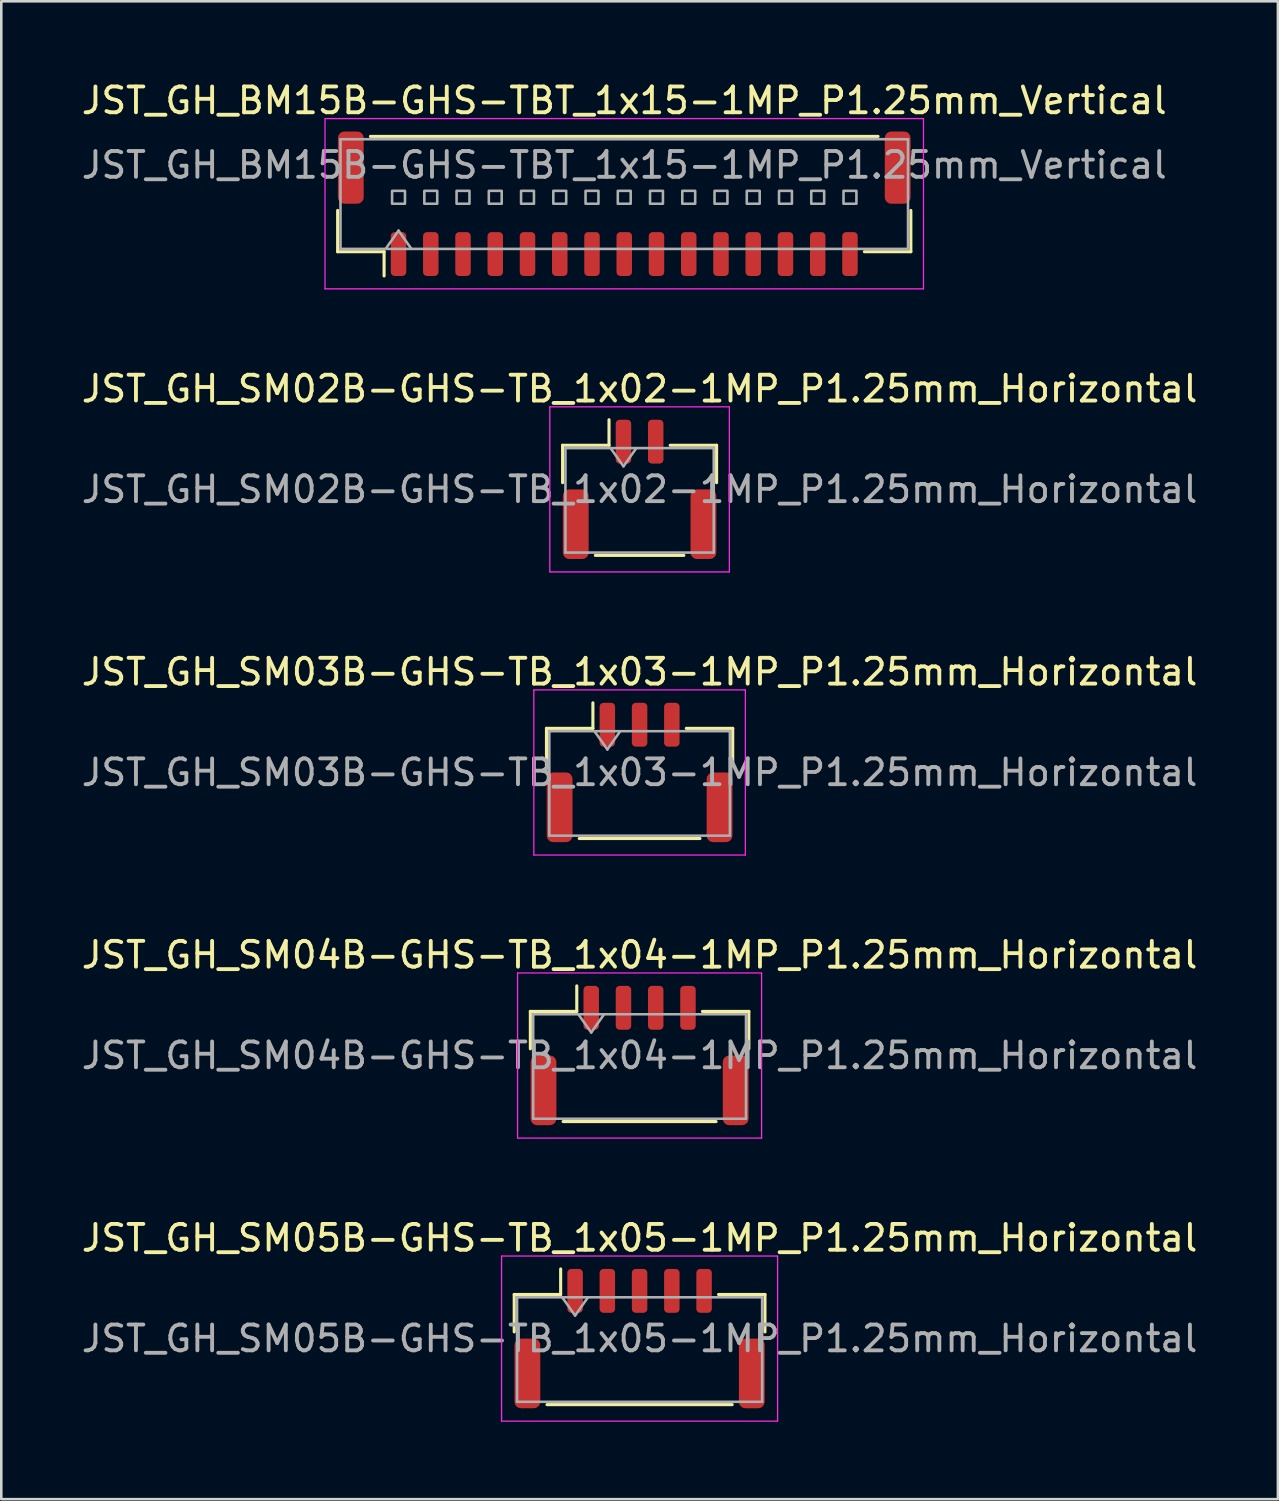
<source format=kicad_pcb>
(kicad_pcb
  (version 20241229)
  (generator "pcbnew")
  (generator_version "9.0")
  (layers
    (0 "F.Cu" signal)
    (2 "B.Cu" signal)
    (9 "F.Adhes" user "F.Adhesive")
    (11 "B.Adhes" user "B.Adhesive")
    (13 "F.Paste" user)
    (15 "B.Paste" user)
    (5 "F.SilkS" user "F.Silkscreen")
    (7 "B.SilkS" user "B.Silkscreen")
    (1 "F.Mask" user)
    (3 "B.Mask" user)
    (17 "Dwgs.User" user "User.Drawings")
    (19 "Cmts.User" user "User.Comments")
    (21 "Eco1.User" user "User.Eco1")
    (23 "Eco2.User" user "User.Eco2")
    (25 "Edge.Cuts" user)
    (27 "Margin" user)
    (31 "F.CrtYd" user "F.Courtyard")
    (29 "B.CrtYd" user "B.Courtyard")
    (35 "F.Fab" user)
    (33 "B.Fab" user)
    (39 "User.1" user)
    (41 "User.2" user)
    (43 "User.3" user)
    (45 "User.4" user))
  (footprint "JST_GH_BM15B-GHS-TBT_1x15-1MP_P1.25mm_Vertical"
    (layer "F.Cu")
    (at 21.149 4.848)
    (property "Reference" "JST_GH_BM15B-GHS-TBT_1x15-1MP_P1.25mm_Vertical" (at 0 -4 0) (layer "F.SilkS") (effects (font (size 1 1) (thickness 0.15))))
    (attr smd)
    (fp_line (start -11.11 0.26) (end -11.11 1.86) (stroke (width 0.12) (type solid)) (layer "F.SilkS"))
    (fp_line (start -11.11 1.86) (end -9.31 1.86) (stroke (width 0.12) (type solid)) (layer "F.SilkS"))
    (fp_line (start -9.84 -2.61) (end 9.84 -2.61) (stroke (width 0.12) (type solid)) (layer "F.SilkS"))
    (fp_line (start -9.31 1.86) (end -9.31 2.8) (stroke (width 0.12) (type solid)) (layer "F.SilkS"))
    (fp_line (start 11.11 0.26) (end 11.11 1.86) (stroke (width 0.12) (type solid)) (layer "F.SilkS"))
    (fp_line (start 11.11 1.86) (end 9.31 1.86) (stroke (width 0.12) (type solid)) (layer "F.SilkS"))
    (fp_line (start -11.6 -3.3) (end -11.6 3.3) (stroke (width 0.05) (type solid)) (layer "F.CrtYd"))
    (fp_line (start -11.6 3.3) (end 11.6 3.3) (stroke (width 0.05) (type solid)) (layer "F.CrtYd"))
    (fp_line (start 11.6 -3.3) (end -11.6 -3.3) (stroke (width 0.05) (type solid)) (layer "F.CrtYd"))
    (fp_line (start 11.6 3.3) (end 11.6 -3.3) (stroke (width 0.05) (type solid)) (layer "F.CrtYd"))
    (fp_line (start -11 -2.5) (end 11 -2.5) (stroke (width 0.1) (type solid)) (layer "F.Fab"))
    (fp_line (start -11 1.75) (end -11 -2.5) (stroke (width 0.1) (type solid)) (layer "F.Fab"))
    (fp_line (start -11 1.75) (end 11 1.75) (stroke (width 0.1) (type solid)) (layer "F.Fab"))
    (fp_line (start -9.25 1.75) (end -8.75 1.043) (stroke (width 0.1) (type solid)) (layer "F.Fab"))
    (fp_line (start -8.75 1.043) (end -8.25 1.75) (stroke (width 0.1) (type solid)) (layer "F.Fab"))
    (fp_line (start 11 1.75) (end 11 -2.5) (stroke (width 0.1) (type solid)) (layer "F.Fab"))
    (fp_rect (start -9 -0.5) (end -8.5 0) (stroke (width 0.1) (type solid)) (fill no) (layer "F.Fab"))
    (fp_rect (start -7.75 -0.5) (end -7.25 0) (stroke (width 0.1) (type solid)) (fill no) (layer "F.Fab"))
    (fp_rect (start -6.5 -0.5) (end -6 0) (stroke (width 0.1) (type solid)) (fill no) (layer "F.Fab"))
    (fp_rect (start -5.25 -0.5) (end -4.75 0) (stroke (width 0.1) (type solid)) (fill no) (layer "F.Fab"))
    (fp_rect (start -4 -0.5) (end -3.5 0) (stroke (width 0.1) (type solid)) (fill no) (layer "F.Fab"))
    (fp_rect (start -2.75 -0.5) (end -2.25 0) (stroke (width 0.1) (type solid)) (fill no) (layer "F.Fab"))
    (fp_rect (start -1.5 -0.5) (end -1 0) (stroke (width 0.1) (type solid)) (fill no) (layer "F.Fab"))
    (fp_rect (start -0.25 -0.5) (end 0.25 0) (stroke (width 0.1) (type solid)) (fill no) (layer "F.Fab"))
    (fp_rect (start 1 -0.5) (end 1.5 0) (stroke (width 0.1) (type solid)) (fill no) (layer "F.Fab"))
    (fp_rect (start 2.25 -0.5) (end 2.75 0) (stroke (width 0.1) (type solid)) (fill no) (layer "F.Fab"))
    (fp_rect (start 3.5 -0.5) (end 4 0) (stroke (width 0.1) (type solid)) (fill no) (layer "F.Fab"))
    (fp_rect (start 4.75 -0.5) (end 5.25 0) (stroke (width 0.1) (type solid)) (fill no) (layer "F.Fab"))
    (fp_rect (start 6 -0.5) (end 6.5 0) (stroke (width 0.1) (type solid)) (fill no) (layer "F.Fab"))
    (fp_rect (start 7.25 -0.5) (end 7.75 0) (stroke (width 0.1) (type solid)) (fill no) (layer "F.Fab"))
    (fp_rect (start 8.5 -0.5) (end 9 0) (stroke (width 0.1) (type solid)) (fill no) (layer "F.Fab"))
    (fp_text user "${REFERENCE}" (at 0 -1.5 0) (layer "F.Fab") (effects (font (size 1 1) (thickness 0.15))))
    (pad "1" smd roundrect (at -8.75 1.95) (size 0.6 1.7) (layers "F.Cu" "F.Mask" "F.Paste") (roundrect_rratio 0.25))
    (pad "2" smd roundrect (at -7.5 1.95) (size 0.6 1.7) (layers "F.Cu" "F.Mask" "F.Paste") (roundrect_rratio 0.25))
    (pad "3" smd roundrect (at -6.25 1.95) (size 0.6 1.7) (layers "F.Cu" "F.Mask" "F.Paste") (roundrect_rratio 0.25))
    (pad "4" smd roundrect (at -5 1.95) (size 0.6 1.7) (layers "F.Cu" "F.Mask" "F.Paste") (roundrect_rratio 0.25))
    (pad "5" smd roundrect (at -3.75 1.95) (size 0.6 1.7) (layers "F.Cu" "F.Mask" "F.Paste") (roundrect_rratio 0.25))
    (pad "6" smd roundrect (at -2.5 1.95) (size 0.6 1.7) (layers "F.Cu" "F.Mask" "F.Paste") (roundrect_rratio 0.25))
    (pad "7" smd roundrect (at -1.25 1.95) (size 0.6 1.7) (layers "F.Cu" "F.Mask" "F.Paste") (roundrect_rratio 0.25))
    (pad "8" smd roundrect (at 0 1.95) (size 0.6 1.7) (layers "F.Cu" "F.Mask" "F.Paste") (roundrect_rratio 0.25))
    (pad "9" smd roundrect (at 1.25 1.95) (size 0.6 1.7) (layers "F.Cu" "F.Mask" "F.Paste") (roundrect_rratio 0.25))
    (pad "10" smd roundrect (at 2.5 1.95) (size 0.6 1.7) (layers "F.Cu" "F.Mask" "F.Paste") (roundrect_rratio 0.25))
    (pad "11" smd roundrect (at 3.75 1.95) (size 0.6 1.7) (layers "F.Cu" "F.Mask" "F.Paste") (roundrect_rratio 0.25))
    (pad "12" smd roundrect (at 5 1.95) (size 0.6 1.7) (layers "F.Cu" "F.Mask" "F.Paste") (roundrect_rratio 0.25))
    (pad "13" smd roundrect (at 6.25 1.95) (size 0.6 1.7) (layers "F.Cu" "F.Mask" "F.Paste") (roundrect_rratio 0.25))
    (pad "14" smd roundrect (at 7.5 1.95) (size 0.6 1.7) (layers "F.Cu" "F.Mask" "F.Paste") (roundrect_rratio 0.25))
    (pad "15" smd roundrect (at 8.75 1.95) (size 0.6 1.7) (layers "F.Cu" "F.Mask" "F.Paste") (roundrect_rratio 0.25))
    (pad "MP" smd roundrect (at -10.6 -1.4) (size 1 2.8) (layers "F.Cu" "F.Mask" "F.Paste") (roundrect_rratio 0.25))
    (pad "MP" smd roundrect (at 10.6 -1.4) (size 1 2.8) (layers "F.Cu" "F.Mask" "F.Paste") (roundrect_rratio 0.25)))
  (footprint "JST_GH_SM03B-GHS-TB_1x03-1MP_P1.25mm_Horizontal"
    (layer "F.Cu")
    (at 21.744 26.895)
    (property "Reference" "JST_GH_SM03B-GHS-TB_1x03-1MP_P1.25mm_Horizontal" (at 0 -3.9 0) (layer "F.SilkS") (effects (font (size 1 1) (thickness 0.15))))
    (attr smd)
    (fp_line (start -3.61 -1.71) (end -1.81 -1.71) (stroke (width 0.12) (type solid)) (layer "F.SilkS"))
    (fp_line (start -3.61 -0.26) (end -3.61 -1.71) (stroke (width 0.12) (type solid)) (layer "F.SilkS"))
    (fp_line (start -2.34 2.56) (end 2.34 2.56) (stroke (width 0.12) (type solid)) (layer "F.SilkS"))
    (fp_line (start -1.81 -1.71) (end -1.81 -2.7) (stroke (width 0.12) (type solid)) (layer "F.SilkS"))
    (fp_line (start 3.61 -1.71) (end 1.81 -1.71) (stroke (width 0.12) (type solid)) (layer "F.SilkS"))
    (fp_line (start 3.61 -0.26) (end 3.61 -1.71) (stroke (width 0.12) (type solid)) (layer "F.SilkS"))
    (fp_line (start -4.1 -3.2) (end -4.1 3.2) (stroke (width 0.05) (type solid)) (layer "F.CrtYd"))
    (fp_line (start -4.1 3.2) (end 4.1 3.2) (stroke (width 0.05) (type solid)) (layer "F.CrtYd"))
    (fp_line (start 4.1 -3.2) (end -4.1 -3.2) (stroke (width 0.05) (type solid)) (layer "F.CrtYd"))
    (fp_line (start 4.1 3.2) (end 4.1 -3.2) (stroke (width 0.05) (type solid)) (layer "F.CrtYd"))
    (fp_line (start -3.5 -1.6) (end -3.5 2.45) (stroke (width 0.1) (type solid)) (layer "F.Fab"))
    (fp_line (start -3.5 -1.6) (end 3.5 -1.6) (stroke (width 0.1) (type solid)) (layer "F.Fab"))
    (fp_line (start -3.5 2.45) (end 3.5 2.45) (stroke (width 0.1) (type solid)) (layer "F.Fab"))
    (fp_line (start -1.75 -1.6) (end -1.25 -0.893) (stroke (width 0.1) (type solid)) (layer "F.Fab"))
    (fp_line (start -1.25 -0.893) (end -0.75 -1.6) (stroke (width 0.1) (type solid)) (layer "F.Fab"))
    (fp_line (start 3.5 -1.6) (end 3.5 2.45) (stroke (width 0.1) (type solid)) (layer "F.Fab"))
    (fp_text user "${REFERENCE}" (at 0 0 0) (layer "F.Fab") (effects (font (size 1 1) (thickness 0.15))))
    (pad "1" smd roundrect (at -1.25 -1.85) (size 0.6 1.7) (layers "F.Cu" "F.Mask" "F.Paste") (roundrect_rratio 0.25))
    (pad "2" smd roundrect (at 0 -1.85) (size 0.6 1.7) (layers "F.Cu" "F.Mask" "F.Paste") (roundrect_rratio 0.25))
    (pad "3" smd roundrect (at 1.25 -1.85) (size 0.6 1.7) (layers "F.Cu" "F.Mask" "F.Paste") (roundrect_rratio 0.25))
    (pad "MP" smd roundrect (at -3.1 1.35) (size 1 2.7) (layers "F.Cu" "F.Mask" "F.Paste") (roundrect_rratio 0.25))
    (pad "MP" smd roundrect (at 3.1 1.35) (size 1 2.7) (layers "F.Cu" "F.Mask" "F.Paste") (roundrect_rratio 0.25)))
  (footprint "JST_GH_SM04B-GHS-TB_1x04-1MP_P1.25mm_Horizontal"
    (layer "F.Cu")
    (at 21.744 37.868)
    (property "Reference" "JST_GH_SM04B-GHS-TB_1x04-1MP_P1.25mm_Horizontal" (at 0 -3.9 0) (layer "F.SilkS") (effects (font (size 1 1) (thickness 0.15))))
    (attr smd)
    (fp_line (start -4.235 -1.71) (end -2.435 -1.71) (stroke (width 0.12) (type solid)) (layer "F.SilkS"))
    (fp_line (start -4.235 -0.26) (end -4.235 -1.71) (stroke (width 0.12) (type solid)) (layer "F.SilkS"))
    (fp_line (start -2.965 2.56) (end 2.965 2.56) (stroke (width 0.12) (type solid)) (layer "F.SilkS"))
    (fp_line (start -2.435 -1.71) (end -2.435 -2.7) (stroke (width 0.12) (type solid)) (layer "F.SilkS"))
    (fp_line (start 4.235 -1.71) (end 2.435 -1.71) (stroke (width 0.12) (type solid)) (layer "F.SilkS"))
    (fp_line (start 4.235 -0.26) (end 4.235 -1.71) (stroke (width 0.12) (type solid)) (layer "F.SilkS"))
    (fp_line (start -4.73 -3.2) (end -4.73 3.2) (stroke (width 0.05) (type solid)) (layer "F.CrtYd"))
    (fp_line (start -4.73 3.2) (end 4.73 3.2) (stroke (width 0.05) (type solid)) (layer "F.CrtYd"))
    (fp_line (start 4.73 -3.2) (end -4.73 -3.2) (stroke (width 0.05) (type solid)) (layer "F.CrtYd"))
    (fp_line (start 4.73 3.2) (end 4.73 -3.2) (stroke (width 0.05) (type solid)) (layer "F.CrtYd"))
    (fp_line (start -4.125 -1.6) (end -4.125 2.45) (stroke (width 0.1) (type solid)) (layer "F.Fab"))
    (fp_line (start -4.125 -1.6) (end 4.125 -1.6) (stroke (width 0.1) (type solid)) (layer "F.Fab"))
    (fp_line (start -4.125 2.45) (end 4.125 2.45) (stroke (width 0.1) (type solid)) (layer "F.Fab"))
    (fp_line (start -2.375 -1.6) (end -1.875 -0.893) (stroke (width 0.1) (type solid)) (layer "F.Fab"))
    (fp_line (start -1.875 -0.893) (end -1.375 -1.6) (stroke (width 0.1) (type solid)) (layer "F.Fab"))
    (fp_line (start 4.125 -1.6) (end 4.125 2.45) (stroke (width 0.1) (type solid)) (layer "F.Fab"))
    (fp_text user "${REFERENCE}" (at 0 0 0) (layer "F.Fab") (effects (font (size 1 1) (thickness 0.15))))
    (pad "1" smd roundrect (at -1.875 -1.85) (size 0.6 1.7) (layers "F.Cu" "F.Mask" "F.Paste") (roundrect_rratio 0.25))
    (pad "2" smd roundrect (at -0.625 -1.85) (size 0.6 1.7) (layers "F.Cu" "F.Mask" "F.Paste") (roundrect_rratio 0.25))
    (pad "3" smd roundrect (at 0.625 -1.85) (size 0.6 1.7) (layers "F.Cu" "F.Mask" "F.Paste") (roundrect_rratio 0.25))
    (pad "4" smd roundrect (at 1.875 -1.85) (size 0.6 1.7) (layers "F.Cu" "F.Mask" "F.Paste") (roundrect_rratio 0.25))
    (pad "MP" smd roundrect (at -3.725 1.35) (size 1 2.7) (layers "F.Cu" "F.Mask" "F.Paste") (roundrect_rratio 0.25))
    (pad "MP" smd roundrect (at 3.725 1.35) (size 1 2.7) (layers "F.Cu" "F.Mask" "F.Paste") (roundrect_rratio 0.25)))
  (footprint "JST_GH_SM02B-GHS-TB_1x02-1MP_P1.25mm_Horizontal"
    (layer "F.Cu")
    (at 21.744 15.921)
    (property "Reference" "JST_GH_SM02B-GHS-TB_1x02-1MP_P1.25mm_Horizontal" (at 0 -3.9 0) (layer "F.SilkS") (effects (font (size 1 1) (thickness 0.15))))
    (attr smd)
    (fp_line (start -2.985 -1.71) (end -1.185 -1.71) (stroke (width 0.12) (type solid)) (layer "F.SilkS"))
    (fp_line (start -2.985 -0.26) (end -2.985 -1.71) (stroke (width 0.12) (type solid)) (layer "F.SilkS"))
    (fp_line (start -1.715 2.56) (end 1.715 2.56) (stroke (width 0.12) (type solid)) (layer "F.SilkS"))
    (fp_line (start -1.185 -1.71) (end -1.185 -2.7) (stroke (width 0.12) (type solid)) (layer "F.SilkS"))
    (fp_line (start 2.985 -1.71) (end 1.185 -1.71) (stroke (width 0.12) (type solid)) (layer "F.SilkS"))
    (fp_line (start 2.985 -0.26) (end 2.985 -1.71) (stroke (width 0.12) (type solid)) (layer "F.SilkS"))
    (fp_line (start -3.48 -3.2) (end -3.48 3.2) (stroke (width 0.05) (type solid)) (layer "F.CrtYd"))
    (fp_line (start -3.48 3.2) (end 3.48 3.2) (stroke (width 0.05) (type solid)) (layer "F.CrtYd"))
    (fp_line (start 3.48 -3.2) (end -3.48 -3.2) (stroke (width 0.05) (type solid)) (layer "F.CrtYd"))
    (fp_line (start 3.48 3.2) (end 3.48 -3.2) (stroke (width 0.05) (type solid)) (layer "F.CrtYd"))
    (fp_line (start -2.875 -1.6) (end -2.875 2.45) (stroke (width 0.1) (type solid)) (layer "F.Fab"))
    (fp_line (start -2.875 -1.6) (end 2.875 -1.6) (stroke (width 0.1) (type solid)) (layer "F.Fab"))
    (fp_line (start -2.875 2.45) (end 2.875 2.45) (stroke (width 0.1) (type solid)) (layer "F.Fab"))
    (fp_line (start -1.125 -1.6) (end -0.625 -0.893) (stroke (width 0.1) (type solid)) (layer "F.Fab"))
    (fp_line (start -0.625 -0.893) (end -0.125 -1.6) (stroke (width 0.1) (type solid)) (layer "F.Fab"))
    (fp_line (start 2.875 -1.6) (end 2.875 2.45) (stroke (width 0.1) (type solid)) (layer "F.Fab"))
    (fp_text user "${REFERENCE}" (at 0 0 0) (layer "F.Fab") (effects (font (size 1 1) (thickness 0.15))))
    (pad "1" smd roundrect (at -0.625 -1.85) (size 0.6 1.7) (layers "F.Cu" "F.Mask" "F.Paste") (roundrect_rratio 0.25))
    (pad "2" smd roundrect (at 0.625 -1.85) (size 0.6 1.7) (layers "F.Cu" "F.Mask" "F.Paste") (roundrect_rratio 0.25))
    (pad "MP" smd roundrect (at -2.475 1.35) (size 1 2.7) (layers "F.Cu" "F.Mask" "F.Paste") (roundrect_rratio 0.25))
    (pad "MP" smd roundrect (at 2.475 1.35) (size 1 2.7) (layers "F.Cu" "F.Mask" "F.Paste") (roundrect_rratio 0.25)))
  (footprint "JST_GH_SM05B-GHS-TB_1x05-1MP_P1.25mm_Horizontal"
    (layer "F.Cu")
    (at 21.744 48.841)
    (property "Reference" "JST_GH_SM05B-GHS-TB_1x05-1MP_P1.25mm_Horizontal" (at 0 -3.9 0) (layer "F.SilkS") (effects (font (size 1 1) (thickness 0.15))))
    (attr smd)
    (fp_line (start -4.86 -1.71) (end -3.06 -1.71) (stroke (width 0.12) (type solid)) (layer "F.SilkS"))
    (fp_line (start -4.86 -0.26) (end -4.86 -1.71) (stroke (width 0.12) (type solid)) (layer "F.SilkS"))
    (fp_line (start -3.59 2.56) (end 3.59 2.56) (stroke (width 0.12) (type solid)) (layer "F.SilkS"))
    (fp_line (start -3.06 -1.71) (end -3.06 -2.7) (stroke (width 0.12) (type solid)) (layer "F.SilkS"))
    (fp_line (start 4.86 -1.71) (end 3.06 -1.71) (stroke (width 0.12) (type solid)) (layer "F.SilkS"))
    (fp_line (start 4.86 -0.26) (end 4.86 -1.71) (stroke (width 0.12) (type solid)) (layer "F.SilkS"))
    (fp_line (start -5.35 -3.2) (end -5.35 3.2) (stroke (width 0.05) (type solid)) (layer "F.CrtYd"))
    (fp_line (start -5.35 3.2) (end 5.35 3.2) (stroke (width 0.05) (type solid)) (layer "F.CrtYd"))
    (fp_line (start 5.35 -3.2) (end -5.35 -3.2) (stroke (width 0.05) (type solid)) (layer "F.CrtYd"))
    (fp_line (start 5.35 3.2) (end 5.35 -3.2) (stroke (width 0.05) (type solid)) (layer "F.CrtYd"))
    (fp_line (start -4.75 -1.6) (end -4.75 2.45) (stroke (width 0.1) (type solid)) (layer "F.Fab"))
    (fp_line (start -4.75 -1.6) (end 4.75 -1.6) (stroke (width 0.1) (type solid)) (layer "F.Fab"))
    (fp_line (start -4.75 2.45) (end 4.75 2.45) (stroke (width 0.1) (type solid)) (layer "F.Fab"))
    (fp_line (start -3 -1.6) (end -2.5 -0.893) (stroke (width 0.1) (type solid)) (layer "F.Fab"))
    (fp_line (start -2.5 -0.893) (end -2 -1.6) (stroke (width 0.1) (type solid)) (layer "F.Fab"))
    (fp_line (start 4.75 -1.6) (end 4.75 2.45) (stroke (width 0.1) (type solid)) (layer "F.Fab"))
    (fp_text user "${REFERENCE}" (at 0 0 0) (layer "F.Fab") (effects (font (size 1 1) (thickness 0.15))))
    (pad "1" smd roundrect (at -2.5 -1.85) (size 0.6 1.7) (layers "F.Cu" "F.Mask" "F.Paste") (roundrect_rratio 0.25))
    (pad "2" smd roundrect (at -1.25 -1.85) (size 0.6 1.7) (layers "F.Cu" "F.Mask" "F.Paste") (roundrect_rratio 0.25))
    (pad "3" smd roundrect (at 0 -1.85) (size 0.6 1.7) (layers "F.Cu" "F.Mask" "F.Paste") (roundrect_rratio 0.25))
    (pad "4" smd roundrect (at 1.25 -1.85) (size 0.6 1.7) (layers "F.Cu" "F.Mask" "F.Paste") (roundrect_rratio 0.25))
    (pad "5" smd roundrect (at 2.5 -1.85) (size 0.6 1.7) (layers "F.Cu" "F.Mask" "F.Paste") (roundrect_rratio 0.25))
    (pad "MP" smd roundrect (at -4.35 1.35) (size 1 2.7) (layers "F.Cu" "F.Mask" "F.Paste") (roundrect_rratio 0.25))
    (pad "MP" smd roundrect (at 4.35 1.35) (size 1 2.7) (layers "F.Cu" "F.Mask" "F.Paste") (roundrect_rratio 0.25)))
  (gr_rect
    (start -3 -3)
    (end 46.488 55.066)
    (stroke (width 0.1) (type default))
    (fill no)
    (layer "Edge.Cuts")))
</source>
